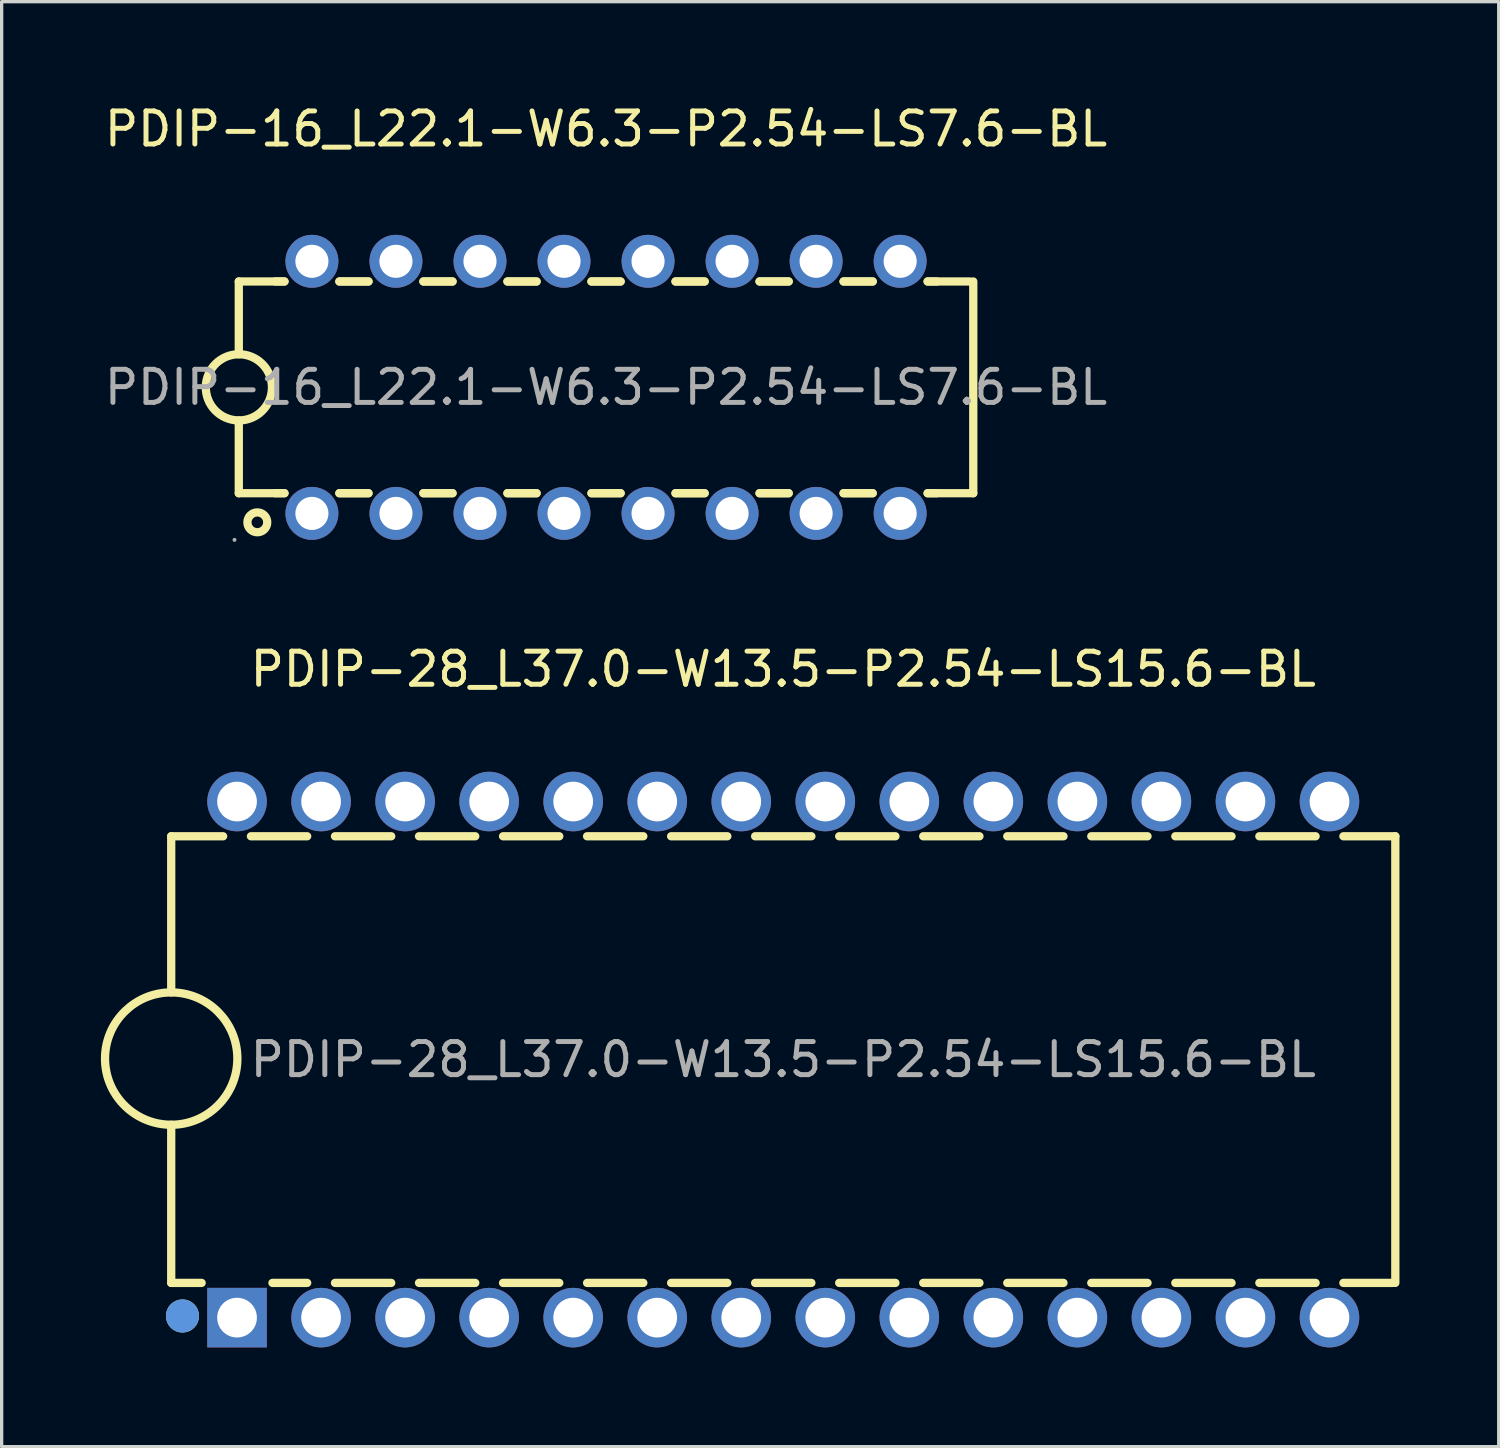
<source format=kicad_pcb>
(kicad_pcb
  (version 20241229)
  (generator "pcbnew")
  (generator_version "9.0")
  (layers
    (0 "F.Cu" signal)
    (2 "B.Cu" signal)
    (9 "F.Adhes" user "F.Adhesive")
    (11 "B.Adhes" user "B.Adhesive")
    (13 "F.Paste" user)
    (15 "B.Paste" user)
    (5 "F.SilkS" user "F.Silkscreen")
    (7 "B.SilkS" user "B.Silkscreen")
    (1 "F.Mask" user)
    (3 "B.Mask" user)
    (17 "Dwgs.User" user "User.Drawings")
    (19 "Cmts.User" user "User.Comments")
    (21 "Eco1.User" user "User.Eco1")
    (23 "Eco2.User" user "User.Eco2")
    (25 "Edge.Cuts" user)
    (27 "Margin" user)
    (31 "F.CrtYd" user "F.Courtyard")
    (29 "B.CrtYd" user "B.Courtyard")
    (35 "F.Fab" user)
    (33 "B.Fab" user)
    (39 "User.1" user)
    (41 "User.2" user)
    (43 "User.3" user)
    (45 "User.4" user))
  (footprint "PDIP-28_L37.0-W13.5-P2.54-LS15.6-BL"
    (layer "F.Cu")
    (at 20.625 28.977)
    (property "Reference" "PDIP-28_L37.0-W13.5-P2.54-LS15.6-BL" (at 0 -11.8 0) (layer "F.SilkS") (effects (font (size 1 1) (thickness 0.15))))
    (attr through_hole)
    (fp_line (start -18.5 -6.75) (end -18.5 -2.03) (stroke (width 0.25) (type solid)) (layer "F.SilkS"))
    (fp_line (start -18.5 -6.75) (end -16.93 -6.75) (stroke (width 0.25) (type solid)) (layer "F.SilkS"))
    (fp_line (start -18.5 6.75) (end -18.5 1.97) (stroke (width 0.25) (type solid)) (layer "F.SilkS"))
    (fp_line (start -18.5 6.75) (end -17.58 6.75) (stroke (width 0.25) (type solid)) (layer "F.SilkS"))
    (fp_line (start -16.09 -6.75) (end -14.39 -6.75) (stroke (width 0.25) (type solid)) (layer "F.SilkS"))
    (fp_line (start -15.44 6.75) (end -14.39 6.75) (stroke (width 0.25) (type solid)) (layer "F.SilkS"))
    (fp_line (start -13.55 -6.75) (end -11.85 -6.75) (stroke (width 0.25) (type solid)) (layer "F.SilkS"))
    (fp_line (start -13.55 6.75) (end -11.85 6.75) (stroke (width 0.25) (type solid)) (layer "F.SilkS"))
    (fp_line (start -11.01 -6.75) (end -9.31 -6.75) (stroke (width 0.25) (type solid)) (layer "F.SilkS"))
    (fp_line (start -11.01 6.75) (end -9.31 6.75) (stroke (width 0.25) (type solid)) (layer "F.SilkS"))
    (fp_line (start -8.47 -6.75) (end -6.77 -6.75) (stroke (width 0.25) (type solid)) (layer "F.SilkS"))
    (fp_line (start -8.47 6.75) (end -6.77 6.75) (stroke (width 0.25) (type solid)) (layer "F.SilkS"))
    (fp_line (start -5.93 -6.75) (end -4.23 -6.75) (stroke (width 0.25) (type solid)) (layer "F.SilkS"))
    (fp_line (start -5.93 6.75) (end -4.23 6.75) (stroke (width 0.25) (type solid)) (layer "F.SilkS"))
    (fp_line (start -3.39 -6.75) (end -1.69 -6.75) (stroke (width 0.25) (type solid)) (layer "F.SilkS"))
    (fp_line (start -3.39 6.75) (end -1.69 6.75) (stroke (width 0.25) (type solid)) (layer "F.SilkS"))
    (fp_line (start -0.85 -6.75) (end 0.85 -6.75) (stroke (width 0.25) (type solid)) (layer "F.SilkS"))
    (fp_line (start -0.85 6.75) (end 0.85 6.75) (stroke (width 0.25) (type solid)) (layer "F.SilkS"))
    (fp_line (start 1.69 -6.75) (end 3.39 -6.75) (stroke (width 0.25) (type solid)) (layer "F.SilkS"))
    (fp_line (start 1.69 6.75) (end 3.39 6.75) (stroke (width 0.25) (type solid)) (layer "F.SilkS"))
    (fp_line (start 4.23 -6.75) (end 5.93 -6.75) (stroke (width 0.25) (type solid)) (layer "F.SilkS"))
    (fp_line (start 4.23 6.75) (end 5.93 6.75) (stroke (width 0.25) (type solid)) (layer "F.SilkS"))
    (fp_line (start 6.77 -6.75) (end 8.47 -6.75) (stroke (width 0.25) (type solid)) (layer "F.SilkS"))
    (fp_line (start 6.77 6.75) (end 8.47 6.75) (stroke (width 0.25) (type solid)) (layer "F.SilkS"))
    (fp_line (start 9.31 -6.75) (end 11.01 -6.75) (stroke (width 0.25) (type solid)) (layer "F.SilkS"))
    (fp_line (start 9.31 6.75) (end 11.01 6.75) (stroke (width 0.25) (type solid)) (layer "F.SilkS"))
    (fp_line (start 11.85 -6.75) (end 13.55 -6.75) (stroke (width 0.25) (type solid)) (layer "F.SilkS"))
    (fp_line (start 11.85 6.75) (end 13.55 6.75) (stroke (width 0.25) (type solid)) (layer "F.SilkS"))
    (fp_line (start 14.39 -6.75) (end 16.09 -6.75) (stroke (width 0.25) (type solid)) (layer "F.SilkS"))
    (fp_line (start 14.39 6.75) (end 16.09 6.75) (stroke (width 0.25) (type solid)) (layer "F.SilkS"))
    (fp_line (start 16.93 -6.75) (end 18.5 -6.75) (stroke (width 0.25) (type solid)) (layer "F.SilkS"))
    (fp_line (start 16.93 6.75) (end 18.42 6.75) (stroke (width 0.25) (type solid)) (layer "F.SilkS"))
    (fp_line (start 18.5 6.75) (end 18.5 -6.75) (stroke (width 0.25) (type solid)) (layer "F.SilkS"))
    (fp_arc (start -18.534905 1.969695) (mid -18.482547 -2.029923) (end -18.5 1.97) (stroke (width 0.25) (type solid)) (layer "F.SilkS"))
    (fp_circle (center -18.16 7.75) (end -17.91 7.75) (stroke (width 0.5) (type solid)) (fill no) (layer "F.SilkS"))
    (fp_circle (center -18.16 7.75) (end -17.91 7.75) (stroke (width 0.5) (type solid)) (fill no) (layer "Cmts.User"))
    (fp_circle (center -18.5 7.8) (end -18.47 7.8) (stroke (width 0.06) (type solid)) (fill no) (layer "F.Fab"))
    (fp_circle (center -16.51 -7.57) (end -16.4 -7.57) (stroke (width 0.22) (type solid)) (fill no) (layer "F.Fab"))
    (fp_circle (center -16.51 7.58) (end -16.4 7.58) (stroke (width 0.22) (type solid)) (fill no) (layer "F.Fab"))
    (fp_circle (center -13.97 -7.57) (end -13.86 -7.57) (stroke (width 0.22) (type solid)) (fill no) (layer "F.Fab"))
    (fp_circle (center -13.97 7.58) (end -13.86 7.58) (stroke (width 0.22) (type solid)) (fill no) (layer "F.Fab"))
    (fp_circle (center -11.43 -7.57) (end -11.32 -7.57) (stroke (width 0.22) (type solid)) (fill no) (layer "F.Fab"))
    (fp_circle (center -11.43 7.58) (end -11.32 7.58) (stroke (width 0.22) (type solid)) (fill no) (layer "F.Fab"))
    (fp_circle (center -8.89 -7.57) (end -8.78 -7.57) (stroke (width 0.22) (type solid)) (fill no) (layer "F.Fab"))
    (fp_circle (center -8.89 7.58) (end -8.78 7.58) (stroke (width 0.22) (type solid)) (fill no) (layer "F.Fab"))
    (fp_circle (center -6.35 -7.57) (end -6.24 -7.57) (stroke (width 0.22) (type solid)) (fill no) (layer "F.Fab"))
    (fp_circle (center -6.35 7.58) (end -6.24 7.58) (stroke (width 0.22) (type solid)) (fill no) (layer "F.Fab"))
    (fp_circle (center -3.81 -7.57) (end -3.7 -7.57) (stroke (width 0.22) (type solid)) (fill no) (layer "F.Fab"))
    (fp_circle (center -3.81 7.58) (end -3.7 7.58) (stroke (width 0.22) (type solid)) (fill no) (layer "F.Fab"))
    (fp_circle (center -1.27 -7.57) (end -1.16 -7.57) (stroke (width 0.22) (type solid)) (fill no) (layer "F.Fab"))
    (fp_circle (center -1.27 7.58) (end -1.16 7.58) (stroke (width 0.22) (type solid)) (fill no) (layer "F.Fab"))
    (fp_circle (center 1.27 -7.57) (end 1.38 -7.57) (stroke (width 0.22) (type solid)) (fill no) (layer "F.Fab"))
    (fp_circle (center 1.27 7.58) (end 1.38 7.58) (stroke (width 0.22) (type solid)) (fill no) (layer "F.Fab"))
    (fp_circle (center 3.81 -7.57) (end 3.92 -7.57) (stroke (width 0.22) (type solid)) (fill no) (layer "F.Fab"))
    (fp_circle (center 3.81 7.58) (end 3.92 7.58) (stroke (width 0.22) (type solid)) (fill no) (layer "F.Fab"))
    (fp_circle (center 6.35 -7.57) (end 6.46 -7.57) (stroke (width 0.22) (type solid)) (fill no) (layer "F.Fab"))
    (fp_circle (center 6.35 7.58) (end 6.46 7.58) (stroke (width 0.22) (type solid)) (fill no) (layer "F.Fab"))
    (fp_circle (center 8.89 -7.57) (end 9 -7.57) (stroke (width 0.22) (type solid)) (fill no) (layer "F.Fab"))
    (fp_circle (center 8.89 7.58) (end 9 7.58) (stroke (width 0.22) (type solid)) (fill no) (layer "F.Fab"))
    (fp_circle (center 11.43 -7.57) (end 11.54 -7.57) (stroke (width 0.22) (type solid)) (fill no) (layer "F.Fab"))
    (fp_circle (center 11.43 7.58) (end 11.54 7.58) (stroke (width 0.22) (type solid)) (fill no) (layer "F.Fab"))
    (fp_circle (center 13.97 -7.57) (end 14.08 -7.57) (stroke (width 0.22) (type solid)) (fill no) (layer "F.Fab"))
    (fp_circle (center 13.97 7.58) (end 14.08 7.58) (stroke (width 0.22) (type solid)) (fill no) (layer "F.Fab"))
    (fp_circle (center 16.51 -7.57) (end 16.62 -7.57) (stroke (width 0.22) (type solid)) (fill no) (layer "F.Fab"))
    (fp_circle (center 16.51 7.58) (end 16.62 7.58) (stroke (width 0.22) (type solid)) (fill no) (layer "F.Fab"))
    (fp_text user "${REFERENCE}" (at 0 0 0) (layer "F.Fab") (effects (font (size 1 1) (thickness 0.15))))
    (pad "1" thru_hole rect (at -16.51 7.8) (size 1.8 1.8) (drill 1.2) (layers "*.Cu" "*.Paste" "*.Mask"))
    (pad "2" thru_hole circle (at -13.97 7.8) (size 1.8 1.8) (drill 1.2) (layers "*.Cu" "*.Paste" "*.Mask"))
    (pad "3" thru_hole circle (at -11.43 7.8) (size 1.8 1.8) (drill 1.2) (layers "*.Cu" "*.Paste" "*.Mask"))
    (pad "4" thru_hole circle (at -8.89 7.8) (size 1.8 1.8) (drill 1.2) (layers "*.Cu" "*.Paste" "*.Mask"))
    (pad "5" thru_hole circle (at -6.35 7.8) (size 1.8 1.8) (drill 1.2) (layers "*.Cu" "*.Paste" "*.Mask"))
    (pad "6" thru_hole circle (at -3.81 7.8) (size 1.8 1.8) (drill 1.2) (layers "*.Cu" "*.Paste" "*.Mask"))
    (pad "7" thru_hole circle (at -1.27 7.8) (size 1.8 1.8) (drill 1.2) (layers "*.Cu" "*.Paste" "*.Mask"))
    (pad "8" thru_hole circle (at 1.27 7.8) (size 1.8 1.8) (drill 1.2) (layers "*.Cu" "*.Paste" "*.Mask"))
    (pad "9" thru_hole circle (at 3.81 7.8) (size 1.8 1.8) (drill 1.2) (layers "*.Cu" "*.Paste" "*.Mask"))
    (pad "10" thru_hole circle (at 6.35 7.8) (size 1.8 1.8) (drill 1.2) (layers "*.Cu" "*.Paste" "*.Mask"))
    (pad "11" thru_hole circle (at 8.89 7.8) (size 1.8 1.8) (drill 1.2) (layers "*.Cu" "*.Paste" "*.Mask"))
    (pad "12" thru_hole circle (at 11.43 7.8) (size 1.8 1.8) (drill 1.2) (layers "*.Cu" "*.Paste" "*.Mask"))
    (pad "13" thru_hole circle (at 13.97 7.8) (size 1.8 1.8) (drill 1.2) (layers "*.Cu" "*.Paste" "*.Mask"))
    (pad "14" thru_hole circle (at 16.51 7.8) (size 1.8 1.8) (drill 1.2) (layers "*.Cu" "*.Paste" "*.Mask"))
    (pad "15" thru_hole circle (at 16.51 -7.8) (size 1.8 1.8) (drill 1.2) (layers "*.Cu" "*.Paste" "*.Mask"))
    (pad "16" thru_hole circle (at 13.97 -7.8) (size 1.8 1.8) (drill 1.2) (layers "*.Cu" "*.Paste" "*.Mask"))
    (pad "17" thru_hole circle (at 11.43 -7.8) (size 1.8 1.8) (drill 1.2) (layers "*.Cu" "*.Paste" "*.Mask"))
    (pad "18" thru_hole circle (at 8.89 -7.8) (size 1.8 1.8) (drill 1.2) (layers "*.Cu" "*.Paste" "*.Mask"))
    (pad "19" thru_hole circle (at 6.35 -7.8) (size 1.8 1.8) (drill 1.2) (layers "*.Cu" "*.Paste" "*.Mask"))
    (pad "20" thru_hole circle (at 3.81 -7.8) (size 1.8 1.8) (drill 1.2) (layers "*.Cu" "*.Paste" "*.Mask"))
    (pad "21" thru_hole circle (at 1.27 -7.8) (size 1.8 1.8) (drill 1.2) (layers "*.Cu" "*.Paste" "*.Mask"))
    (pad "22" thru_hole circle (at -1.27 -7.8) (size 1.8 1.8) (drill 1.2) (layers "*.Cu" "*.Paste" "*.Mask"))
    (pad "23" thru_hole circle (at -3.81 -7.8) (size 1.8 1.8) (drill 1.2) (layers "*.Cu" "*.Paste" "*.Mask"))
    (pad "24" thru_hole circle (at -6.35 -7.8) (size 1.8 1.8) (drill 1.2) (layers "*.Cu" "*.Paste" "*.Mask"))
    (pad "25" thru_hole circle (at -8.89 -7.8) (size 1.8 1.8) (drill 1.2) (layers "*.Cu" "*.Paste" "*.Mask"))
    (pad "26" thru_hole circle (at -11.43 -7.8) (size 1.8 1.8) (drill 1.2) (layers "*.Cu" "*.Paste" "*.Mask"))
    (pad "27" thru_hole circle (at -13.97 -7.8) (size 1.8 1.8) (drill 1.2) (layers "*.Cu" "*.Paste" "*.Mask"))
    (pad "28" thru_hole circle (at -16.51 -7.8) (size 1.8 1.8) (drill 1.2) (layers "*.Cu" "*.Paste" "*.Mask")))
  (footprint "PDIP-16_L22.1-W6.3-P2.54-LS7.6-BL"
    (layer "F.Cu")
    (at 15.268 8.658)
    (property "Reference" "PDIP-16_L22.1-W6.3-P2.54-LS7.6-BL" (at 0 -7.81 0) (layer "F.SilkS") (effects (font (size 1 1) (thickness 0.15))))
    (attr through_hole)
    (fp_line (start -11.1 -3.2) (end -9.72 -3.2) (stroke (width 0.25) (type solid)) (layer "F.SilkS"))
    (fp_line (start -11.1 -1) (end -11.1 -3.2) (stroke (width 0.25) (type solid)) (layer "F.SilkS"))
    (fp_line (start -11.1 3.2) (end -11.1 1) (stroke (width 0.25) (type solid)) (layer "F.SilkS"))
    (fp_line (start -11.1 3.2) (end -9.72 3.2) (stroke (width 0.25) (type solid)) (layer "F.SilkS"))
    (fp_line (start -10 -3.2) (end -9.72 -3.2) (stroke (width 0.25) (type solid)) (layer "F.SilkS"))
    (fp_line (start -10 3.2) (end -9.72 3.2) (stroke (width 0.25) (type solid)) (layer "F.SilkS"))
    (fp_line (start -8.06 -3.2) (end -7.18 -3.2) (stroke (width 0.25) (type solid)) (layer "F.SilkS"))
    (fp_line (start -8.06 -3.2) (end -7.18 -3.2) (stroke (width 0.25) (type solid)) (layer "F.SilkS"))
    (fp_line (start -8.06 3.2) (end -7.18 3.2) (stroke (width 0.25) (type solid)) (layer "F.SilkS"))
    (fp_line (start -8.06 3.2) (end -7.18 3.2) (stroke (width 0.25) (type solid)) (layer "F.SilkS"))
    (fp_line (start -5.52 -3.2) (end -4.64 -3.2) (stroke (width 0.25) (type solid)) (layer "F.SilkS"))
    (fp_line (start -5.52 -3.2) (end -4.64 -3.2) (stroke (width 0.25) (type solid)) (layer "F.SilkS"))
    (fp_line (start -5.52 3.2) (end -4.64 3.2) (stroke (width 0.25) (type solid)) (layer "F.SilkS"))
    (fp_line (start -5.52 3.2) (end -4.64 3.2) (stroke (width 0.25) (type solid)) (layer "F.SilkS"))
    (fp_line (start -2.98 -3.2) (end -2.1 -3.2) (stroke (width 0.25) (type solid)) (layer "F.SilkS"))
    (fp_line (start -2.98 -3.2) (end -2.1 -3.2) (stroke (width 0.25) (type solid)) (layer "F.SilkS"))
    (fp_line (start -2.98 3.2) (end -2.1 3.2) (stroke (width 0.25) (type solid)) (layer "F.SilkS"))
    (fp_line (start -2.98 3.2) (end -2.1 3.2) (stroke (width 0.25) (type solid)) (layer "F.SilkS"))
    (fp_line (start -0.44 -3.2) (end 0.44 -3.2) (stroke (width 0.25) (type solid)) (layer "F.SilkS"))
    (fp_line (start -0.44 -3.2) (end 0.44 -3.2) (stroke (width 0.25) (type solid)) (layer "F.SilkS"))
    (fp_line (start -0.44 3.2) (end 0.44 3.2) (stroke (width 0.25) (type solid)) (layer "F.SilkS"))
    (fp_line (start -0.44 3.2) (end 0.44 3.2) (stroke (width 0.25) (type solid)) (layer "F.SilkS"))
    (fp_line (start 2.1 -3.2) (end 2.98 -3.2) (stroke (width 0.25) (type solid)) (layer "F.SilkS"))
    (fp_line (start 2.1 -3.2) (end 2.98 -3.2) (stroke (width 0.25) (type solid)) (layer "F.SilkS"))
    (fp_line (start 2.1 3.2) (end 2.98 3.2) (stroke (width 0.25) (type solid)) (layer "F.SilkS"))
    (fp_line (start 2.1 3.2) (end 2.98 3.2) (stroke (width 0.25) (type solid)) (layer "F.SilkS"))
    (fp_line (start 4.64 -3.2) (end 5.52 -3.2) (stroke (width 0.25) (type solid)) (layer "F.SilkS"))
    (fp_line (start 4.64 -3.2) (end 5.52 -3.2) (stroke (width 0.25) (type solid)) (layer "F.SilkS"))
    (fp_line (start 4.64 3.2) (end 5.52 3.2) (stroke (width 0.25) (type solid)) (layer "F.SilkS"))
    (fp_line (start 4.64 3.2) (end 5.52 3.2) (stroke (width 0.25) (type solid)) (layer "F.SilkS"))
    (fp_line (start 7.18 -3.2) (end 8.06 -3.2) (stroke (width 0.25) (type solid)) (layer "F.SilkS"))
    (fp_line (start 7.18 -3.2) (end 8.06 -3.2) (stroke (width 0.25) (type solid)) (layer "F.SilkS"))
    (fp_line (start 7.18 3.2) (end 8.06 3.2) (stroke (width 0.25) (type solid)) (layer "F.SilkS"))
    (fp_line (start 7.18 3.2) (end 8.06 3.2) (stroke (width 0.25) (type solid)) (layer "F.SilkS"))
    (fp_line (start 9.72 -3.2) (end 10 -3.2) (stroke (width 0.25) (type solid)) (layer "F.SilkS"))
    (fp_line (start 9.72 -3.2) (end 11 -3.2) (stroke (width 0.25) (type solid)) (layer "F.SilkS"))
    (fp_line (start 9.72 3.2) (end 10 3.2) (stroke (width 0.25) (type solid)) (layer "F.SilkS"))
    (fp_line (start 9.72 3.2) (end 11.1 3.2) (stroke (width 0.25) (type solid)) (layer "F.SilkS"))
    (fp_line (start 11.1 3.2) (end 11.1 -3.2) (stroke (width 0.25) (type solid)) (layer "F.SilkS"))
    (fp_arc (start -11.117452 0.999848) (mid -11.091274 -0.999962) (end -11.1 1) (stroke (width 0.25) (type solid)) (layer "F.SilkS"))
    (fp_circle (center -10.54 4.08) (end -10.24 4.08) (stroke (width 0.25) (type solid)) (fill no) (layer "F.SilkS"))
    (fp_circle (center -11.23 4.61) (end -11.2 4.61) (stroke (width 0.06) (type solid)) (fill no) (layer "F.Fab"))
    (fp_circle (center -8.89 -3.81) (end -8.69 -3.81) (stroke (width 0.4) (type solid)) (fill no) (layer "F.Fab"))
    (fp_circle (center -8.89 3.81) (end -8.69 3.81) (stroke (width 0.4) (type solid)) (fill no) (layer "F.Fab"))
    (fp_circle (center -6.35 -3.81) (end -6.15 -3.81) (stroke (width 0.4) (type solid)) (fill no) (layer "F.Fab"))
    (fp_circle (center -6.35 3.81) (end -6.15 3.81) (stroke (width 0.4) (type solid)) (fill no) (layer "F.Fab"))
    (fp_circle (center -3.81 -3.81) (end -3.61 -3.81) (stroke (width 0.4) (type solid)) (fill no) (layer "F.Fab"))
    (fp_circle (center -3.81 3.81) (end -3.61 3.81) (stroke (width 0.4) (type solid)) (fill no) (layer "F.Fab"))
    (fp_circle (center -1.27 -3.81) (end -1.07 -3.81) (stroke (width 0.4) (type solid)) (fill no) (layer "F.Fab"))
    (fp_circle (center -1.27 3.81) (end -1.07 3.81) (stroke (width 0.4) (type solid)) (fill no) (layer "F.Fab"))
    (fp_circle (center 1.27 -3.81) (end 1.47 -3.81) (stroke (width 0.4) (type solid)) (fill no) (layer "F.Fab"))
    (fp_circle (center 1.27 3.81) (end 1.47 3.81) (stroke (width 0.4) (type solid)) (fill no) (layer "F.Fab"))
    (fp_circle (center 3.81 -3.81) (end 4.01 -3.81) (stroke (width 0.4) (type solid)) (fill no) (layer "F.Fab"))
    (fp_circle (center 3.81 3.81) (end 4.01 3.81) (stroke (width 0.4) (type solid)) (fill no) (layer "F.Fab"))
    (fp_circle (center 6.35 -3.81) (end 6.55 -3.81) (stroke (width 0.4) (type solid)) (fill no) (layer "F.Fab"))
    (fp_circle (center 6.35 3.81) (end 6.55 3.81) (stroke (width 0.4) (type solid)) (fill no) (layer "F.Fab"))
    (fp_circle (center 8.89 -3.81) (end 9.09 -3.81) (stroke (width 0.4) (type solid)) (fill no) (layer "F.Fab"))
    (fp_circle (center 8.89 3.81) (end 9.09 3.81) (stroke (width 0.4) (type solid)) (fill no) (layer "F.Fab"))
    (fp_text user "${REFERENCE}" (at 0 0 0) (layer "F.Fab") (effects (font (size 1 1) (thickness 0.15))))
    (pad "1" thru_hole circle (at -8.89 3.81 90) (size 1.6 1.6) (drill 1) (layers "*.Cu" "*.Paste" "*.Mask"))
    (pad "2" thru_hole circle (at -6.35 3.81 90) (size 1.6 1.6) (drill 1) (layers "*.Cu" "*.Paste" "*.Mask"))
    (pad "3" thru_hole circle (at -3.81 3.81 90) (size 1.6 1.6) (drill 1) (layers "*.Cu" "*.Paste" "*.Mask"))
    (pad "4" thru_hole circle (at -1.27 3.81 90) (size 1.6 1.6) (drill 1) (layers "*.Cu" "*.Paste" "*.Mask"))
    (pad "5" thru_hole circle (at 1.27 3.81 90) (size 1.6 1.6) (drill 1) (layers "*.Cu" "*.Paste" "*.Mask"))
    (pad "6" thru_hole circle (at 3.81 3.81 90) (size 1.6 1.6) (drill 1) (layers "*.Cu" "*.Paste" "*.Mask"))
    (pad "7" thru_hole circle (at 6.35 3.81 90) (size 1.6 1.6) (drill 1) (layers "*.Cu" "*.Paste" "*.Mask"))
    (pad "8" thru_hole circle (at 8.89 3.81 90) (size 1.6 1.6) (drill 1) (layers "*.Cu" "*.Paste" "*.Mask"))
    (pad "9" thru_hole circle (at 8.89 -3.81 90) (size 1.6 1.6) (drill 1) (layers "*.Cu" "*.Paste" "*.Mask"))
    (pad "10" thru_hole circle (at 6.35 -3.81 90) (size 1.6 1.6) (drill 1) (layers "*.Cu" "*.Paste" "*.Mask"))
    (pad "11" thru_hole circle (at 3.81 -3.81 90) (size 1.6 1.6) (drill 1) (layers "*.Cu" "*.Paste" "*.Mask"))
    (pad "12" thru_hole circle (at 1.27 -3.81 90) (size 1.6 1.6) (drill 1) (layers "*.Cu" "*.Paste" "*.Mask"))
    (pad "13" thru_hole circle (at -1.27 -3.81 90) (size 1.6 1.6) (drill 1) (layers "*.Cu" "*.Paste" "*.Mask"))
    (pad "14" thru_hole circle (at -3.81 -3.81 90) (size 1.6 1.6) (drill 1) (layers "*.Cu" "*.Paste" "*.Mask"))
    (pad "15" thru_hole circle (at -6.35 -3.81 90) (size 1.6 1.6) (drill 1) (layers "*.Cu" "*.Paste" "*.Mask"))
    (pad "16" thru_hole circle (at -8.89 -3.81 90) (size 1.6 1.6) (drill 1) (layers "*.Cu" "*.Paste" "*.Mask")))
  (gr_rect
    (start -3 -3)
    (end 42.25 40.676)
    (stroke (width 0.1) (type default))
    (fill no)
    (layer "Edge.Cuts")))
</source>
